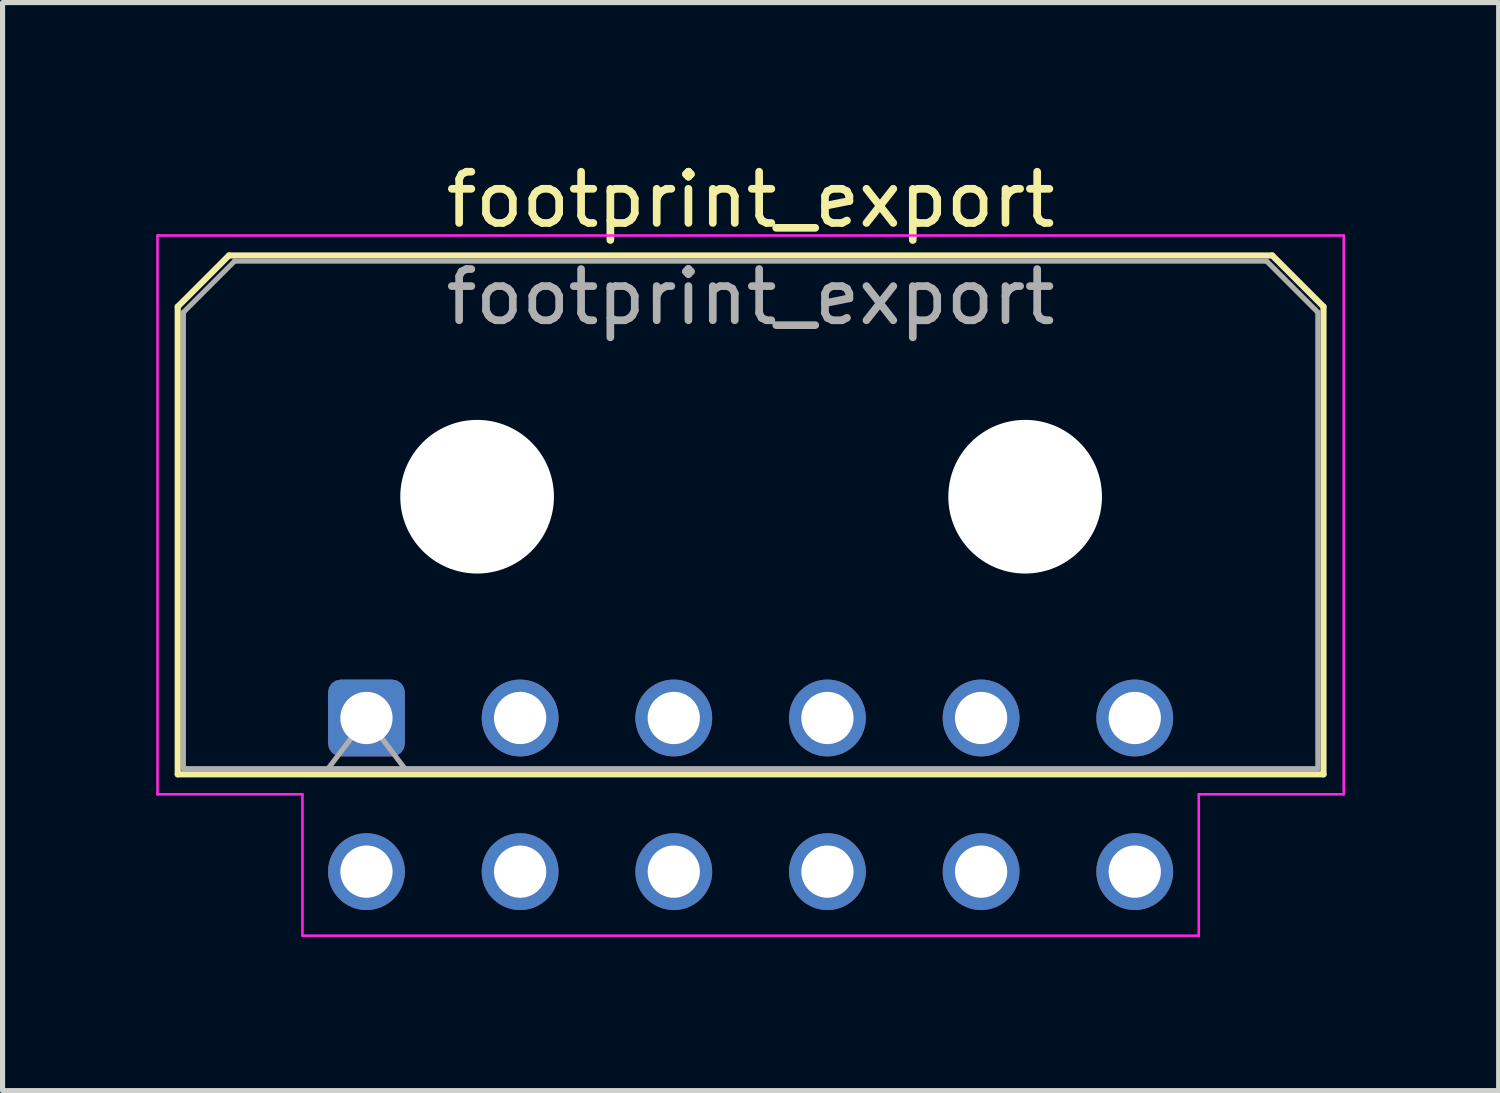
<source format=kicad_pcb>
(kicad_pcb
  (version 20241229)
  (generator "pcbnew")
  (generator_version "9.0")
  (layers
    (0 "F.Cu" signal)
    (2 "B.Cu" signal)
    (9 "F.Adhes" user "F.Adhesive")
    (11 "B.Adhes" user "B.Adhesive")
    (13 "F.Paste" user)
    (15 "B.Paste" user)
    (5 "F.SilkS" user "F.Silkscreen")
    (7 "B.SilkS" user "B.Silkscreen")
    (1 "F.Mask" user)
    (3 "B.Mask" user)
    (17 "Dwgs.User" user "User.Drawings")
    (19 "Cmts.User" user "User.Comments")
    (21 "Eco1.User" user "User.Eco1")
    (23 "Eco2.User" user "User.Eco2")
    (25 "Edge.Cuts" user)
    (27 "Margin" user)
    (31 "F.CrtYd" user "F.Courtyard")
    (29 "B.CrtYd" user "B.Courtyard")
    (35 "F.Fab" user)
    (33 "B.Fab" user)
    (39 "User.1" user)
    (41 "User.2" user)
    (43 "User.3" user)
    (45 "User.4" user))
  (footprint "footprint_export"
    (layer "F.Cu")
    (at 4.105 10.968)
    (property "Reference" "footprint_export" (at 7.5 -10.12 0) (layer "F.SilkS") (effects (font (size 1 1) (thickness 0.15))))
    (attr through_hole)
    (fp_line (start -3.685 -8.03) (end -2.685 -9.03) (stroke (width 0.12) (type solid)) (layer "F.SilkS"))
    (fp_line (start -3.685 1.1) (end -3.685 -8.03) (stroke (width 0.12) (type solid)) (layer "F.SilkS"))
    (fp_line (start -2.685 -9.03) (end 17.685 -9.03) (stroke (width 0.12) (type solid)) (layer "F.SilkS"))
    (fp_line (start 17.685 -9.03) (end 18.685 -8.03) (stroke (width 0.12) (type solid)) (layer "F.SilkS"))
    (fp_line (start 18.685 -8.03) (end 18.685 1.1) (stroke (width 0.12) (type solid)) (layer "F.SilkS"))
    (fp_line (start 18.685 1.1) (end -3.685 1.1) (stroke (width 0.12) (type solid)) (layer "F.SilkS"))
    (fp_line (start -4.08 -9.42) (end 19.08 -9.42) (stroke (width 0.05) (type solid)) (layer "F.CrtYd"))
    (fp_line (start -4.08 1.49) (end -4.08 -9.42) (stroke (width 0.05) (type solid)) (layer "F.CrtYd"))
    (fp_line (start -1.25 1.49) (end -4.08 1.49) (stroke (width 0.05) (type solid)) (layer "F.CrtYd"))
    (fp_line (start -1.25 4.25) (end -1.25 1.49) (stroke (width 0.05) (type solid)) (layer "F.CrtYd"))
    (fp_line (start 16.25 1.49) (end 16.25 4.25) (stroke (width 0.05) (type solid)) (layer "F.CrtYd"))
    (fp_line (start 16.25 4.25) (end -1.25 4.25) (stroke (width 0.05) (type solid)) (layer "F.CrtYd"))
    (fp_line (start 19.08 -9.42) (end 19.08 1.49) (stroke (width 0.05) (type solid)) (layer "F.CrtYd"))
    (fp_line (start 19.08 1.49) (end 16.25 1.49) (stroke (width 0.05) (type solid)) (layer "F.CrtYd"))
    (fp_line (start -3.575 -7.92) (end -2.575 -8.92) (stroke (width 0.1) (type solid)) (layer "F.Fab"))
    (fp_line (start -3.575 0.99) (end -3.575 -7.92) (stroke (width 0.1) (type solid)) (layer "F.Fab"))
    (fp_line (start -2.575 -8.92) (end 17.575 -8.92) (stroke (width 0.1) (type solid)) (layer "F.Fab"))
    (fp_line (start -0.75 0.99) (end 0 0) (stroke (width 0.1) (type solid)) (layer "F.Fab"))
    (fp_line (start 0 0) (end 0.75 0.99) (stroke (width 0.1) (type solid)) (layer "F.Fab"))
    (fp_line (start 17.575 -8.92) (end 18.575 -7.92) (stroke (width 0.1) (type solid)) (layer "F.Fab"))
    (fp_line (start 18.575 -7.92) (end 18.575 0.99) (stroke (width 0.1) (type solid)) (layer "F.Fab"))
    (fp_line (start 18.575 0.99) (end -3.575 0.99) (stroke (width 0.1) (type solid)) (layer "F.Fab"))
    (fp_text user "${REFERENCE}" (at 7.5 -8.22 0) (layer "F.Fab") (effects (font (size 1 1) (thickness 0.15))))
    (pad "" np_thru_hole circle (at 2.16 -4.32) (size 3 3) (drill 3) (layers "*.Cu" "*.Mask"))
    (pad "" np_thru_hole circle (at 12.86 -4.32) (size 3 3) (drill 3) (layers "*.Cu" "*.Mask"))
    (pad "1" thru_hole roundrect (at 0 0) (size 1.5 1.5) (drill 1.02) (layers "*.Cu" "*.Mask") (roundrect_rratio 0.167))
    (pad "2" thru_hole circle (at 3 0) (size 1.5 1.5) (drill 1.02) (layers "*.Cu" "*.Mask"))
    (pad "3" thru_hole circle (at 6 0) (size 1.5 1.5) (drill 1.02) (layers "*.Cu" "*.Mask"))
    (pad "4" thru_hole circle (at 9 0) (size 1.5 1.5) (drill 1.02) (layers "*.Cu" "*.Mask"))
    (pad "5" thru_hole circle (at 12 0) (size 1.5 1.5) (drill 1.02) (layers "*.Cu" "*.Mask"))
    (pad "6" thru_hole circle (at 15 0) (size 1.5 1.5) (drill 1.02) (layers "*.Cu" "*.Mask"))
    (pad "7" thru_hole circle (at 0 3) (size 1.5 1.5) (drill 1.02) (layers "*.Cu" "*.Mask"))
    (pad "8" thru_hole circle (at 3 3) (size 1.5 1.5) (drill 1.02) (layers "*.Cu" "*.Mask"))
    (pad "9" thru_hole circle (at 6 3) (size 1.5 1.5) (drill 1.02) (layers "*.Cu" "*.Mask"))
    (pad "10" thru_hole circle (at 9 3) (size 1.5 1.5) (drill 1.02) (layers "*.Cu" "*.Mask"))
    (pad "11" thru_hole circle (at 12 3) (size 1.5 1.5) (drill 1.02) (layers "*.Cu" "*.Mask"))
    (pad "12" thru_hole circle (at 15 3) (size 1.5 1.5) (drill 1.02) (layers "*.Cu" "*.Mask")))
  (gr_rect
    (start -3 -3)
    (end 26.21 18.243)
    (stroke (width 0.1) (type default))
    (fill no)
    (layer "Edge.Cuts")))
</source>
